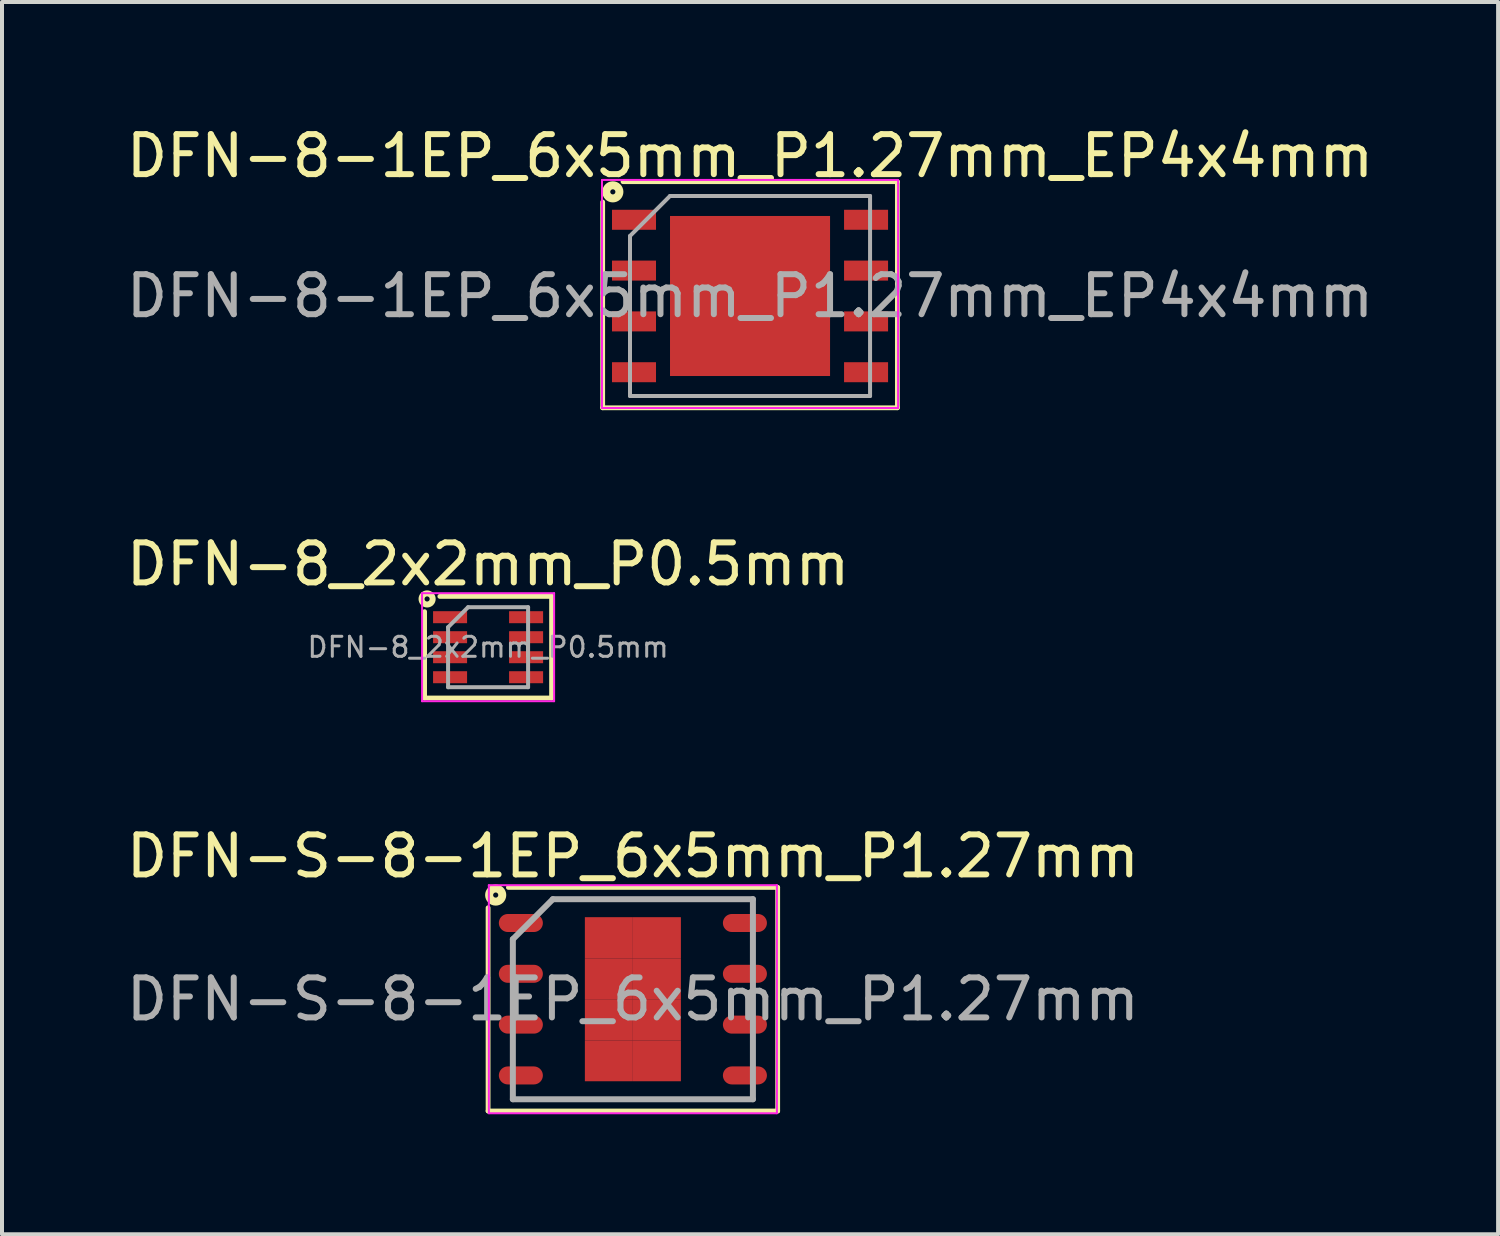
<source format=kicad_pcb>
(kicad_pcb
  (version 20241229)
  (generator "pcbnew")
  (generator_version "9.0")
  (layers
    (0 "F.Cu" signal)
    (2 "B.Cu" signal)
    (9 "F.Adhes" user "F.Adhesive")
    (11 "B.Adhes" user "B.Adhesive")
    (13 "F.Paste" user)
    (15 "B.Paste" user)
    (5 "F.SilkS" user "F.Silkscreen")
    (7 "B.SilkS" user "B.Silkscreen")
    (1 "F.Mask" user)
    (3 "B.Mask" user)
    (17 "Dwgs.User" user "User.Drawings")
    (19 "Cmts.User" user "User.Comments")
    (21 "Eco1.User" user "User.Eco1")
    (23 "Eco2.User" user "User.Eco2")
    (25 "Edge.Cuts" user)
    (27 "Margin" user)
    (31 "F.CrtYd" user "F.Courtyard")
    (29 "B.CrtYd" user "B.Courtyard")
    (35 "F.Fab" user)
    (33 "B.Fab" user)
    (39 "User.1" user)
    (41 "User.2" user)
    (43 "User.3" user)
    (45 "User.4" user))
  (footprint "DFN-8-1EP_6x5mm_P1.27mm_EP4x4mm"
    (layer "F.Cu")
    (at 15.696 4.348)
    (property "Reference" "DFN-8-1EP_6x5mm_P1.27mm_EP4x4mm" (at 0 -3.5 0) (layer "F.SilkS") (effects (font (size 1 1) (thickness 0.15))))
    (attr smd)
    (fp_line (start -3.683 2.794) (end -3.683 -2.349) (stroke (width 0.12) (type solid)) (layer "F.SilkS"))
    (fp_line (start -3.175 -2.857) (end 3.683 -2.857) (stroke (width 0.12) (type solid)) (layer "F.SilkS"))
    (fp_line (start 3.683 -2.857) (end 3.683 2.794) (stroke (width 0.12) (type solid)) (layer "F.SilkS"))
    (fp_line (start 3.683 2.794) (end -3.683 2.794) (stroke (width 0.12) (type solid)) (layer "F.SilkS"))
    (fp_circle (center -3.429 -2.603) (end -3.365 -2.603) (stroke (width 0.2) (type solid)) (fill no) (layer "F.SilkS"))
    (fp_line (start -3.7 -2.9) (end 3.7 -2.9) (stroke (width 0.05) (type solid)) (layer "F.CrtYd"))
    (fp_line (start -3.7 2.8) (end -3.7 -2.9) (stroke (width 0.05) (type solid)) (layer "F.CrtYd"))
    (fp_line (start 3.7 -2.9) (end 3.7 2.8) (stroke (width 0.05) (type solid)) (layer "F.CrtYd"))
    (fp_line (start 3.7 2.8) (end -3.7 2.8) (stroke (width 0.05) (type solid)) (layer "F.CrtYd"))
    (fp_line (start -3 2.5) (end -3 -1.5) (stroke (width 0.1) (type solid)) (layer "F.Fab"))
    (fp_line (start -2 -2.5) (end -3 -1.5) (stroke (width 0.1) (type solid)) (layer "F.Fab"))
    (fp_line (start -2 -2.5) (end 3 -2.5) (stroke (width 0.1) (type solid)) (layer "F.Fab"))
    (fp_line (start 3 -2.5) (end 3 2.5) (stroke (width 0.1) (type solid)) (layer "F.Fab"))
    (fp_line (start 3 2.5) (end -3 2.5) (stroke (width 0.1) (type solid)) (layer "F.Fab"))
    (fp_text user "${REFERENCE}" (at 0 0 0) (layer "F.Fab") (effects (font (size 1 1) (thickness 0.15))))
    (pad "" smd rect (at -1.5 -1.5 270) (size 0.8 0.8) (layers "F.Paste"))
    (pad "" smd rect (at -1.5 -0.5 270) (size 0.8 0.8) (layers "F.Paste"))
    (pad "" smd rect (at -1.5 0.5 270) (size 0.8 0.8) (layers "F.Paste"))
    (pad "" smd rect (at -1.5 1.5 270) (size 0.8 0.8) (layers "F.Paste"))
    (pad "" smd rect (at -0.5 -1.5 270) (size 0.8 0.8) (layers "F.Paste"))
    (pad "" smd rect (at -0.5 -0.5 270) (size 0.8 0.8) (layers "F.Paste"))
    (pad "" smd rect (at -0.5 0.5 270) (size 0.8 0.8) (layers "F.Paste"))
    (pad "" smd rect (at -0.5 1.5 270) (size 0.8 0.8) (layers "F.Paste"))
    (pad "" smd rect (at 0.5 -1.5 270) (size 0.8 0.8) (layers "F.Paste"))
    (pad "" smd rect (at 0.5 -0.5 270) (size 0.8 0.8) (layers "F.Paste"))
    (pad "" smd rect (at 0.5 0.5 270) (size 0.8 0.8) (layers "F.Paste"))
    (pad "" smd rect (at 0.5 1.5 270) (size 0.8 0.8) (layers "F.Paste"))
    (pad "" smd rect (at 1.5 -1.5 270) (size 0.8 0.8) (layers "F.Paste"))
    (pad "" smd rect (at 1.5 -0.5 270) (size 0.8 0.8) (layers "F.Paste"))
    (pad "" smd rect (at 1.5 0.5 270) (size 0.8 0.8) (layers "F.Paste"))
    (pad "" smd rect (at 1.5 1.5 270) (size 0.8 0.8) (layers "F.Paste"))
    (pad "1" smd rect (at -2.9 -1.905 270) (size 0.5 1.1) (layers "F.Cu" "F.Mask" "F.Paste"))
    (pad "2" smd rect (at -2.9 -0.635 270) (size 0.5 1.1) (layers "F.Cu" "F.Mask" "F.Paste"))
    (pad "3" smd rect (at -2.9 0.635 270) (size 0.5 1.1) (layers "F.Cu" "F.Mask" "F.Paste"))
    (pad "4" smd rect (at -2.9 1.905 270) (size 0.5 1.1) (layers "F.Cu" "F.Mask" "F.Paste"))
    (pad "5" smd rect (at 2.9 1.905 270) (size 0.5 1.1) (layers "F.Cu" "F.Mask" "F.Paste"))
    (pad "6" smd rect (at 2.9 0.635 270) (size 0.5 1.1) (layers "F.Cu" "F.Mask" "F.Paste"))
    (pad "7" smd rect (at 2.9 -0.635 270) (size 0.5 1.1) (layers "F.Cu" "F.Mask" "F.Paste"))
    (pad "8" smd rect (at 2.9 -1.905 270) (size 0.5 1.1) (layers "F.Cu" "F.Mask" "F.Paste"))
    (pad "9" smd rect (at 0 0 270) (size 4 4) (layers "F.Cu" "F.Mask")))
  (footprint "DFN-S-8-1EP_6x5mm_P1.27mm"
    (layer "F.Cu")
    (at 12.768 21.924)
    (property "Reference" "DFN-S-8-1EP_6x5mm_P1.27mm" (at 0 -3.575 0) (layer "F.SilkS") (effects (font (size 1 1) (thickness 0.15))))
    (attr smd)
    (fp_line (start -3.619 2.794) (end -3.619 -2.286) (stroke (width 0.12) (type solid)) (layer "F.SilkS"))
    (fp_line (start -3.111 -2.794) (end 3.619 -2.794) (stroke (width 0.12) (type solid)) (layer "F.SilkS"))
    (fp_line (start 3.619 -2.794) (end 3.619 2.794) (stroke (width 0.12) (type solid)) (layer "F.SilkS"))
    (fp_line (start 3.619 2.794) (end -3.619 2.794) (stroke (width 0.12) (type solid)) (layer "F.SilkS"))
    (fp_circle (center -3.429 -2.603) (end -3.365 -2.603) (stroke (width 0.2) (type solid)) (fill no) (layer "F.SilkS"))
    (fp_line (start -3.6 -2.85) (end -3.6 2.85) (stroke (width 0.05) (type solid)) (layer "F.CrtYd"))
    (fp_line (start -3.6 -2.85) (end 3.6 -2.85) (stroke (width 0.05) (type solid)) (layer "F.CrtYd"))
    (fp_line (start -3.6 2.85) (end 3.6 2.85) (stroke (width 0.05) (type solid)) (layer "F.CrtYd"))
    (fp_line (start 3.6 -2.85) (end 3.6 2.85) (stroke (width 0.05) (type solid)) (layer "F.CrtYd"))
    (fp_line (start -3 -1.5) (end -2 -2.5) (stroke (width 0.15) (type solid)) (layer "F.Fab"))
    (fp_line (start -3 2.5) (end -3 -1.5) (stroke (width 0.15) (type solid)) (layer "F.Fab"))
    (fp_line (start -2 -2.5) (end 3 -2.5) (stroke (width 0.15) (type solid)) (layer "F.Fab"))
    (fp_line (start 3 -2.5) (end 3 2.5) (stroke (width 0.15) (type solid)) (layer "F.Fab"))
    (fp_line (start 3 2.5) (end -3 2.5) (stroke (width 0.15) (type solid)) (layer "F.Fab"))
    (fp_text user "${REFERENCE}" (at 0 0 0) (layer "F.Fab") (effects (font (size 1 1) (thickness 0.15))))
    (pad "1" smd oval (at -2.8 -1.905) (size 1.1 0.45) (layers "F.Cu" "F.Mask" "F.Paste"))
    (pad "2" smd oval (at -2.8 -0.635) (size 1.1 0.45) (layers "F.Cu" "F.Mask" "F.Paste"))
    (pad "3" smd oval (at -2.8 0.635) (size 1.1 0.45) (layers "F.Cu" "F.Mask" "F.Paste"))
    (pad "4" smd oval (at -2.8 1.905) (size 1.1 0.45) (layers "F.Cu" "F.Mask" "F.Paste"))
    (pad "5" smd oval (at 2.8 1.905) (size 1.1 0.45) (layers "F.Cu" "F.Mask" "F.Paste"))
    (pad "6" smd oval (at 2.8 0.635) (size 1.1 0.45) (layers "F.Cu" "F.Mask" "F.Paste"))
    (pad "7" smd oval (at 2.8 -0.635) (size 1.1 0.45) (layers "F.Cu" "F.Mask" "F.Paste"))
    (pad "8" smd oval (at 2.8 -1.905) (size 1.1 0.45) (layers "F.Cu" "F.Mask" "F.Paste"))
    (pad "9" smd rect (at -0.6 -1.538) (size 1.2 1.025) (layers "F.Cu" "F.Mask" "F.Paste"))
    (pad "9" smd rect (at -0.6 -0.512) (size 1.2 1.025) (layers "F.Cu" "F.Mask" "F.Paste"))
    (pad "9" smd rect (at -0.6 0.512) (size 1.2 1.025) (layers "F.Cu" "F.Mask" "F.Paste"))
    (pad "9" smd rect (at -0.6 1.538) (size 1.2 1.025) (layers "F.Cu" "F.Mask" "F.Paste"))
    (pad "9" smd rect (at 0.6 -1.538) (size 1.2 1.025) (layers "F.Cu" "F.Mask" "F.Paste"))
    (pad "9" smd rect (at 0.6 -0.512) (size 1.2 1.025) (layers "F.Cu" "F.Mask" "F.Paste"))
    (pad "9" smd rect (at 0.6 0.512) (size 1.2 1.025) (layers "F.Cu" "F.Mask" "F.Paste"))
    (pad "9" smd rect (at 0.6 1.538) (size 1.2 1.025) (layers "F.Cu" "F.Mask" "F.Paste")))
  (footprint "DFN-8_2x2mm_P0.5mm"
    (layer "F.Cu")
    (at 9.149 13.126)
    (property "Reference" "DFN-8_2x2mm_P0.5mm" (at 0 -2.075 0) (layer "F.SilkS") (effects (font (size 1 1) (thickness 0.15))))
    (attr smd)
    (fp_line (start -1.587 1.27) (end -1.587 -0.889) (stroke (width 0.12) (type solid)) (layer "F.SilkS"))
    (fp_line (start -1.206 -1.27) (end 1.587 -1.27) (stroke (width 0.12) (type solid)) (layer "F.SilkS"))
    (fp_line (start 1.587 -1.27) (end 1.587 1.27) (stroke (width 0.12) (type solid)) (layer "F.SilkS"))
    (fp_line (start 1.587 1.27) (end -1.587 1.27) (stroke (width 0.12) (type solid)) (layer "F.SilkS"))
    (fp_circle (center -1.524 -1.206) (end -1.46 -1.206) (stroke (width 0.15) (type solid)) (fill no) (layer "F.SilkS"))
    (fp_line (start -1.65 -1.35) (end -1.65 1.35) (stroke (width 0.05) (type solid)) (layer "F.CrtYd"))
    (fp_line (start -1.65 -1.35) (end 1.65 -1.35) (stroke (width 0.05) (type solid)) (layer "F.CrtYd"))
    (fp_line (start -1.65 1.35) (end 1.65 1.35) (stroke (width 0.05) (type solid)) (layer "F.CrtYd"))
    (fp_line (start 1.65 -1.35) (end 1.65 1.35) (stroke (width 0.05) (type solid)) (layer "F.CrtYd"))
    (fp_line (start -1 -0.5) (end -0.5 -1) (stroke (width 0.1) (type solid)) (layer "F.Fab"))
    (fp_line (start -1 1) (end -1 -0.5) (stroke (width 0.1) (type solid)) (layer "F.Fab"))
    (fp_line (start -0.5 -1) (end 1 -1) (stroke (width 0.1) (type solid)) (layer "F.Fab"))
    (fp_line (start 1 -1) (end 1 1) (stroke (width 0.1) (type solid)) (layer "F.Fab"))
    (fp_line (start 1 1) (end -1 1) (stroke (width 0.1) (type solid)) (layer "F.Fab"))
    (fp_text user "${REFERENCE}" (at 0 0 0) (layer "F.Fab") (effects (font (size 0.5 0.5) (thickness 0.075))))
    (pad "1" smd rect (at -0.95 -0.75) (size 0.85 0.3) (layers "F.Cu" "F.Mask" "F.Paste"))
    (pad "2" smd rect (at -0.95 -0.25) (size 0.85 0.3) (layers "F.Cu" "F.Mask" "F.Paste"))
    (pad "3" smd rect (at -0.95 0.25) (size 0.85 0.3) (layers "F.Cu" "F.Mask" "F.Paste"))
    (pad "4" smd rect (at -0.95 0.75) (size 0.85 0.3) (layers "F.Cu" "F.Mask" "F.Paste"))
    (pad "5" smd rect (at 0.95 0.75) (size 0.85 0.3) (layers "F.Cu" "F.Mask" "F.Paste"))
    (pad "6" smd rect (at 0.95 0.25) (size 0.85 0.3) (layers "F.Cu" "F.Mask" "F.Paste"))
    (pad "7" smd rect (at 0.95 -0.25) (size 0.85 0.3) (layers "F.Cu" "F.Mask" "F.Paste"))
    (pad "8" smd rect (at 0.95 -0.75) (size 0.85 0.3) (layers "F.Cu" "F.Mask" "F.Paste")))
  (gr_rect
    (start -3 -3)
    (end 34.393 27.799)
    (stroke (width 0.1) (type default))
    (fill no)
    (layer "Edge.Cuts")))
</source>
